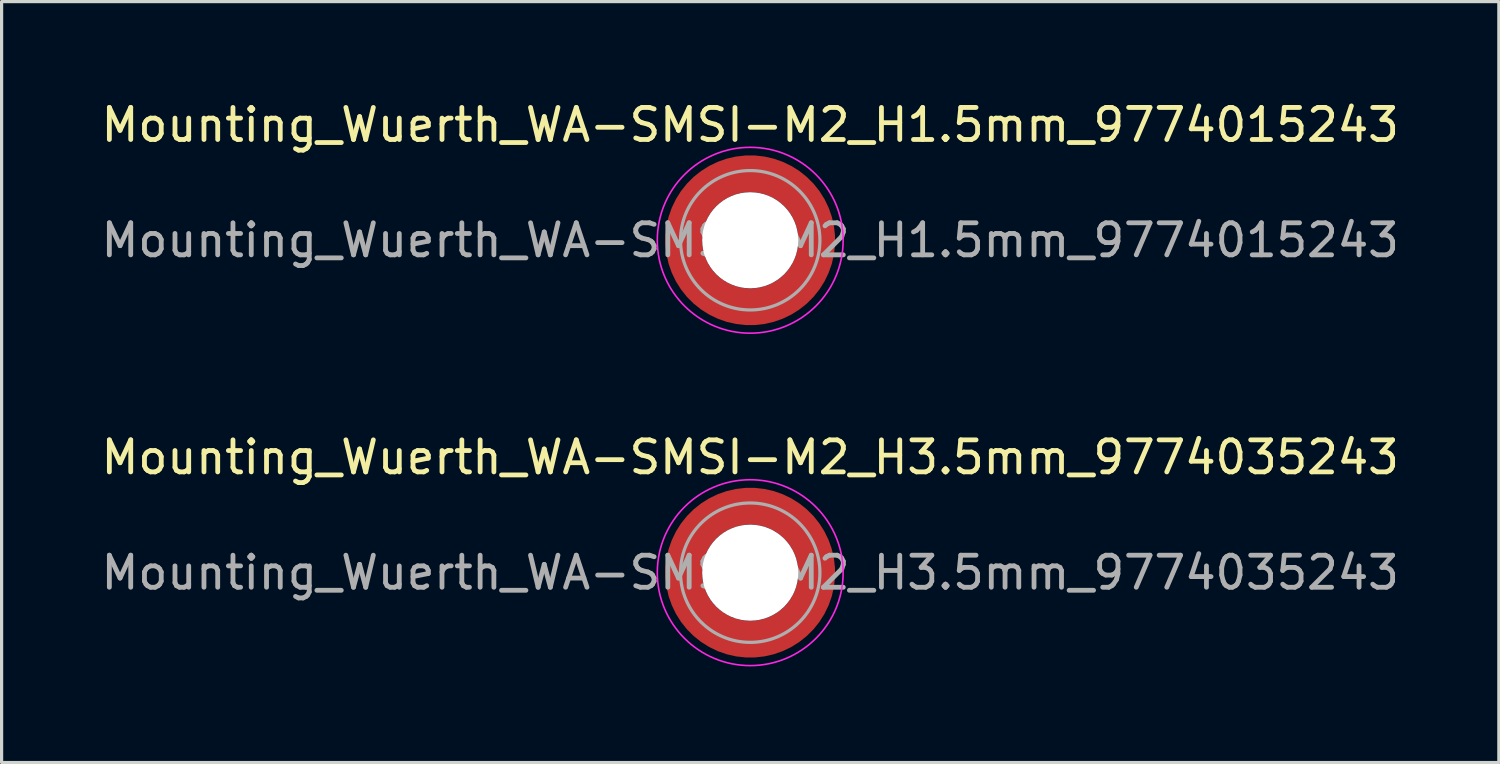
<source format=kicad_pcb>
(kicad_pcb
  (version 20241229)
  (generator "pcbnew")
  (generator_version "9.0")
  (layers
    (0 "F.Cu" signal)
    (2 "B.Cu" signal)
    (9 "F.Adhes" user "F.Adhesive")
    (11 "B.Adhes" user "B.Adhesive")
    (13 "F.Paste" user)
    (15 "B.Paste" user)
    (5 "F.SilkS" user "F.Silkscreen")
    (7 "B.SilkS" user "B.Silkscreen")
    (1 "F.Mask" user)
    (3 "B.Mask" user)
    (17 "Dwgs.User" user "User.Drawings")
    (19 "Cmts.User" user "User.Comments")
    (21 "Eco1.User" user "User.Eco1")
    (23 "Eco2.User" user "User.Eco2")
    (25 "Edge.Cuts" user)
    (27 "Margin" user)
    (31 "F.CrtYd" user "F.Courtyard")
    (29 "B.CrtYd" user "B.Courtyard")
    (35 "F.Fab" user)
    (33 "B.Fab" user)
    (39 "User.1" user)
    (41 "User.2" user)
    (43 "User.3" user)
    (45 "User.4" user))
  (footprint "Mounting_Wuerth_WA-SMSI-M2_H3.5mm_9774035243"
    (layer "F.Cu")
    (at 20.363 14.822)
    (property "Reference" "Mounting_Wuerth_WA-SMSI-M2_H3.5mm_9774035243" (at 0 -3.6 0) (layer "F.SilkS") (effects (font (size 1 1) (thickness 0.15))))
    (attr smd)
    (fp_circle (center 0 0) (end 2.9 0) (stroke (width 0.05) (type solid)) (fill no) (layer "F.CrtYd"))
    (fp_circle (center 0 0) (end 2.175 0) (stroke (width 0.1) (type solid)) (fill no) (layer "F.Fab"))
    (fp_text user "${REFERENCE}" (at 0 0 0) (layer "F.Fab") (effects (font (size 1 1) (thickness 0.15))))
    (pad "" smd custom (at -1.453 -1.453) (size 0.61 0.61) (layers "F.Paste") (options (anchor circle)) (primitives (gr_arc (start -0.147677 1.053104) (mid 0.285964 0.286792) (end 1.051968 -0.147393) (width 0.2)) (gr_arc (start -0.240295 1.053104) (mid 0.22253 0.222946) (end 1.052531 -0.24016) (width 0.2)) (gr_arc (start -0.332645 1.053104) (mid 0.158548 0.15965) (end 1.051583 -0.332304) (width 0.2)) (gr_arc (start -0.424767 1.053104) (mid 0.09486 0.096059) (end 1.051446 -0.424413) (width 0.2)) (gr_arc (start -0.516693 1.053104) (mid 0.031293 0.032346) (end 1.051645 -0.516396) (width 0.2)) (gr_arc (start -0.608448 1.053104) (mid -0.032323 -0.031316) (end 1.051707 -0.608176) (width 0.2)) (gr_arc (start -0.700056 1.053104) (mid -0.09616 -0.094758) (end 1.051155 -0.699693) (width 0.2)) (gr_arc (start -0.791534 1.053104) (mid -0.160388 -0.15781) (end 1.049515 -0.790891) (width 0.2)) (gr_arc (start -0.882896 1.053104) (mid -0.223713 -0.221764) (end 1.050388 -0.882429) (width 0.2)) (gr_arc (start -0.974157 1.053104) (mid -0.287654 -0.285101) (end 1.049541 -0.973567) (width 0.2)) (gr_line (start 1.053 -0.148) (end 1.053 -0.974) (width 0.2)) (gr_line (start -0.148 1.053) (end -0.974 1.053) (width 0.2))))
    (pad "" smd custom (at -1.453 1.453) (size 0.61 0.61) (layers "F.Paste") (options (anchor circle)) (primitives (gr_arc (start 1.053104 0.147677) (mid 0.286792 -0.285964) (end -0.147393 -1.051968) (width 0.2)) (gr_arc (start 1.053104 0.240295) (mid 0.222946 -0.22253) (end -0.24016 -1.052531) (width 0.2)) (gr_arc (start 1.053104 0.332645) (mid 0.15965 -0.158548) (end -0.332304 -1.051583) (width 0.2)) (gr_arc (start 1.053104 0.424767) (mid 0.096059 -0.09486) (end -0.424413 -1.051446) (width 0.2)) (gr_arc (start 1.053104 0.516693) (mid 0.032346 -0.031293) (end -0.516396 -1.051645) (width 0.2)) (gr_arc (start 1.053104 0.608448) (mid -0.031316 0.032323) (end -0.608176 -1.051707) (width 0.2)) (gr_arc (start 1.053104 0.700056) (mid -0.094758 0.09616) (end -0.699693 -1.051155) (width 0.2)) (gr_arc (start 1.053104 0.791534) (mid -0.15781 0.160388) (end -0.790891 -1.049515) (width 0.2)) (gr_arc (start 1.053104 0.882896) (mid -0.221764 0.223713) (end -0.882429 -1.050388) (width 0.2)) (gr_arc (start 1.053104 0.974157) (mid -0.285101 0.287654) (end -0.973567 -1.049541) (width 0.2)) (gr_line (start -0.148 -1.053) (end -0.974 -1.053) (width 0.2)) (gr_line (start 1.053 0.148) (end 1.053 0.974) (width 0.2))))
    (pad "" np_thru_hole circle (at 0 0) (size 3 3) (drill 3) (layers "*.Cu" "*.Mask"))
    (pad "" smd custom (at 1.453 -1.453) (size 0.61 0.61) (layers "F.Paste") (options (anchor circle)) (primitives (gr_arc (start -1.053104 -0.147677) (mid -0.286792 0.285964) (end 0.147393 1.051968) (width 0.2)) (gr_arc (start -1.053104 -0.240295) (mid -0.222946 0.22253) (end 0.24016 1.052531) (width 0.2)) (gr_arc (start -1.053104 -0.332645) (mid -0.15965 0.158548) (end 0.332304 1.051583) (width 0.2)) (gr_arc (start -1.053104 -0.424767) (mid -0.096059 0.09486) (end 0.424413 1.051446) (width 0.2)) (gr_arc (start -1.053104 -0.516693) (mid -0.032346 0.031293) (end 0.516396 1.051645) (width 0.2)) (gr_arc (start -1.053104 -0.608448) (mid 0.031316 -0.032323) (end 0.608176 1.051707) (width 0.2)) (gr_arc (start -1.053104 -0.700056) (mid 0.094758 -0.09616) (end 0.699693 1.051155) (width 0.2)) (gr_arc (start -1.053104 -0.791534) (mid 0.15781 -0.160388) (end 0.790891 1.049515) (width 0.2)) (gr_arc (start -1.053104 -0.882896) (mid 0.221764 -0.223713) (end 0.882429 1.050388) (width 0.2)) (gr_arc (start -1.053104 -0.974157) (mid 0.285101 -0.287654) (end 0.973567 1.049541) (width 0.2)) (gr_line (start 0.148 1.053) (end 0.974 1.053) (width 0.2)) (gr_line (start -1.053 -0.148) (end -1.053 -0.974) (width 0.2))))
    (pad "" smd custom (at 1.453 1.453) (size 0.61 0.61) (layers "F.Paste") (options (anchor circle)) (primitives (gr_arc (start 0.147677 -1.053104) (mid -0.285964 -0.286792) (end -1.051968 0.147393) (width 0.2)) (gr_arc (start 0.240295 -1.053104) (mid -0.22253 -0.222946) (end -1.052531 0.24016) (width 0.2)) (gr_arc (start 0.332645 -1.053104) (mid -0.158548 -0.15965) (end -1.051583 0.332304) (width 0.2)) (gr_arc (start 0.424767 -1.053104) (mid -0.09486 -0.096059) (end -1.051446 0.424413) (width 0.2)) (gr_arc (start 0.516693 -1.053104) (mid -0.031293 -0.032346) (end -1.051645 0.516396) (width 0.2)) (gr_arc (start 0.608448 -1.053104) (mid 0.032323 0.031316) (end -1.051707 0.608176) (width 0.2)) (gr_arc (start 0.700056 -1.053104) (mid 0.09616 0.094758) (end -1.051155 0.699693) (width 0.2)) (gr_arc (start 0.791534 -1.053104) (mid 0.160388 0.15781) (end -1.049515 0.790891) (width 0.2)) (gr_arc (start 0.882896 -1.053104) (mid 0.223713 0.221764) (end -1.050388 0.882429) (width 0.2)) (gr_arc (start 0.974157 -1.053104) (mid 0.287654 0.285101) (end -1.049541 0.973567) (width 0.2)) (gr_line (start -1.053 0.148) (end -1.053 0.974) (width 0.2)) (gr_line (start 0.148 -1.053) (end 0.974 -1.053) (width 0.2))))
    (pad "1" smd circle (at -2.075 0) (size 0.75 0.75) (layers "F.Cu"))
    (pad "1" smd circle (at 0 -2.075) (size 0.75 0.75) (layers "F.Cu"))
    (pad "1" smd circle (at 0 2.075) (size 0.75 0.75) (layers "F.Cu"))
    (pad "1" smd custom (at 2.075 0) (size 0.75 0.75) (layers "F.Cu" "F.Mask") (options (anchor circle)) (primitives (gr_circle (center -2.075 0) (end 0 0) (width 1.15) (fill no)))))
  (footprint "Mounting_Wuerth_WA-SMSI-M2_H1.5mm_9774015243"
    (layer "F.Cu")
    (at 20.363 4.448)
    (property "Reference" "Mounting_Wuerth_WA-SMSI-M2_H1.5mm_9774015243" (at 0 -3.6 0) (layer "F.SilkS") (effects (font (size 1 1) (thickness 0.15))))
    (attr smd)
    (fp_circle (center 0 0) (end 2.9 0) (stroke (width 0.05) (type solid)) (fill no) (layer "F.CrtYd"))
    (fp_circle (center 0 0) (end 2.175 0) (stroke (width 0.1) (type solid)) (fill no) (layer "F.Fab"))
    (fp_text user "${REFERENCE}" (at 0 0 0) (layer "F.Fab") (effects (font (size 1 1) (thickness 0.15))))
    (pad "" smd custom (at -1.453 -1.453) (size 0.61 0.61) (layers "F.Paste") (options (anchor circle)) (primitives (gr_arc (start -0.147677 1.053104) (mid 0.285964 0.286792) (end 1.051968 -0.147393) (width 0.2)) (gr_arc (start -0.240295 1.053104) (mid 0.22253 0.222946) (end 1.052531 -0.24016) (width 0.2)) (gr_arc (start -0.332645 1.053104) (mid 0.158548 0.15965) (end 1.051583 -0.332304) (width 0.2)) (gr_arc (start -0.424767 1.053104) (mid 0.09486 0.096059) (end 1.051446 -0.424413) (width 0.2)) (gr_arc (start -0.516693 1.053104) (mid 0.031293 0.032346) (end 1.051645 -0.516396) (width 0.2)) (gr_arc (start -0.608448 1.053104) (mid -0.032323 -0.031316) (end 1.051707 -0.608176) (width 0.2)) (gr_arc (start -0.700056 1.053104) (mid -0.09616 -0.094758) (end 1.051155 -0.699693) (width 0.2)) (gr_arc (start -0.791534 1.053104) (mid -0.160388 -0.15781) (end 1.049515 -0.790891) (width 0.2)) (gr_arc (start -0.882896 1.053104) (mid -0.223713 -0.221764) (end 1.050388 -0.882429) (width 0.2)) (gr_arc (start -0.974157 1.053104) (mid -0.287654 -0.285101) (end 1.049541 -0.973567) (width 0.2)) (gr_line (start 1.053 -0.148) (end 1.053 -0.974) (width 0.2)) (gr_line (start -0.148 1.053) (end -0.974 1.053) (width 0.2))))
    (pad "" smd custom (at -1.453 1.453) (size 0.61 0.61) (layers "F.Paste") (options (anchor circle)) (primitives (gr_arc (start 1.053104 0.147677) (mid 0.286792 -0.285964) (end -0.147393 -1.051968) (width 0.2)) (gr_arc (start 1.053104 0.240295) (mid 0.222946 -0.22253) (end -0.24016 -1.052531) (width 0.2)) (gr_arc (start 1.053104 0.332645) (mid 0.15965 -0.158548) (end -0.332304 -1.051583) (width 0.2)) (gr_arc (start 1.053104 0.424767) (mid 0.096059 -0.09486) (end -0.424413 -1.051446) (width 0.2)) (gr_arc (start 1.053104 0.516693) (mid 0.032346 -0.031293) (end -0.516396 -1.051645) (width 0.2)) (gr_arc (start 1.053104 0.608448) (mid -0.031316 0.032323) (end -0.608176 -1.051707) (width 0.2)) (gr_arc (start 1.053104 0.700056) (mid -0.094758 0.09616) (end -0.699693 -1.051155) (width 0.2)) (gr_arc (start 1.053104 0.791534) (mid -0.15781 0.160388) (end -0.790891 -1.049515) (width 0.2)) (gr_arc (start 1.053104 0.882896) (mid -0.221764 0.223713) (end -0.882429 -1.050388) (width 0.2)) (gr_arc (start 1.053104 0.974157) (mid -0.285101 0.287654) (end -0.973567 -1.049541) (width 0.2)) (gr_line (start -0.148 -1.053) (end -0.974 -1.053) (width 0.2)) (gr_line (start 1.053 0.148) (end 1.053 0.974) (width 0.2))))
    (pad "" np_thru_hole circle (at 0 0) (size 3 3) (drill 3) (layers "*.Cu" "*.Mask"))
    (pad "" smd custom (at 1.453 -1.453) (size 0.61 0.61) (layers "F.Paste") (options (anchor circle)) (primitives (gr_arc (start -1.053104 -0.147677) (mid -0.286792 0.285964) (end 0.147393 1.051968) (width 0.2)) (gr_arc (start -1.053104 -0.240295) (mid -0.222946 0.22253) (end 0.24016 1.052531) (width 0.2)) (gr_arc (start -1.053104 -0.332645) (mid -0.15965 0.158548) (end 0.332304 1.051583) (width 0.2)) (gr_arc (start -1.053104 -0.424767) (mid -0.096059 0.09486) (end 0.424413 1.051446) (width 0.2)) (gr_arc (start -1.053104 -0.516693) (mid -0.032346 0.031293) (end 0.516396 1.051645) (width 0.2)) (gr_arc (start -1.053104 -0.608448) (mid 0.031316 -0.032323) (end 0.608176 1.051707) (width 0.2)) (gr_arc (start -1.053104 -0.700056) (mid 0.094758 -0.09616) (end 0.699693 1.051155) (width 0.2)) (gr_arc (start -1.053104 -0.791534) (mid 0.15781 -0.160388) (end 0.790891 1.049515) (width 0.2)) (gr_arc (start -1.053104 -0.882896) (mid 0.221764 -0.223713) (end 0.882429 1.050388) (width 0.2)) (gr_arc (start -1.053104 -0.974157) (mid 0.285101 -0.287654) (end 0.973567 1.049541) (width 0.2)) (gr_line (start 0.148 1.053) (end 0.974 1.053) (width 0.2)) (gr_line (start -1.053 -0.148) (end -1.053 -0.974) (width 0.2))))
    (pad "" smd custom (at 1.453 1.453) (size 0.61 0.61) (layers "F.Paste") (options (anchor circle)) (primitives (gr_arc (start 0.147677 -1.053104) (mid -0.285964 -0.286792) (end -1.051968 0.147393) (width 0.2)) (gr_arc (start 0.240295 -1.053104) (mid -0.22253 -0.222946) (end -1.052531 0.24016) (width 0.2)) (gr_arc (start 0.332645 -1.053104) (mid -0.158548 -0.15965) (end -1.051583 0.332304) (width 0.2)) (gr_arc (start 0.424767 -1.053104) (mid -0.09486 -0.096059) (end -1.051446 0.424413) (width 0.2)) (gr_arc (start 0.516693 -1.053104) (mid -0.031293 -0.032346) (end -1.051645 0.516396) (width 0.2)) (gr_arc (start 0.608448 -1.053104) (mid 0.032323 0.031316) (end -1.051707 0.608176) (width 0.2)) (gr_arc (start 0.700056 -1.053104) (mid 0.09616 0.094758) (end -1.051155 0.699693) (width 0.2)) (gr_arc (start 0.791534 -1.053104) (mid 0.160388 0.15781) (end -1.049515 0.790891) (width 0.2)) (gr_arc (start 0.882896 -1.053104) (mid 0.223713 0.221764) (end -1.050388 0.882429) (width 0.2)) (gr_arc (start 0.974157 -1.053104) (mid 0.287654 0.285101) (end -1.049541 0.973567) (width 0.2)) (gr_line (start -1.053 0.148) (end -1.053 0.974) (width 0.2)) (gr_line (start 0.148 -1.053) (end 0.974 -1.053) (width 0.2))))
    (pad "1" smd circle (at -2.075 0) (size 0.75 0.75) (layers "F.Cu"))
    (pad "1" smd circle (at 0 -2.075) (size 0.75 0.75) (layers "F.Cu"))
    (pad "1" smd circle (at 0 2.075) (size 0.75 0.75) (layers "F.Cu"))
    (pad "1" smd custom (at 2.075 0) (size 0.75 0.75) (layers "F.Cu" "F.Mask") (options (anchor circle)) (primitives (gr_circle (center -2.075 0) (end 0 0) (width 1.15) (fill no)))))
  (gr_rect
    (start -3 -3)
    (end 43.726 20.747)
    (stroke (width 0.1) (type default))
    (fill no)
    (layer "Edge.Cuts")))
</source>
